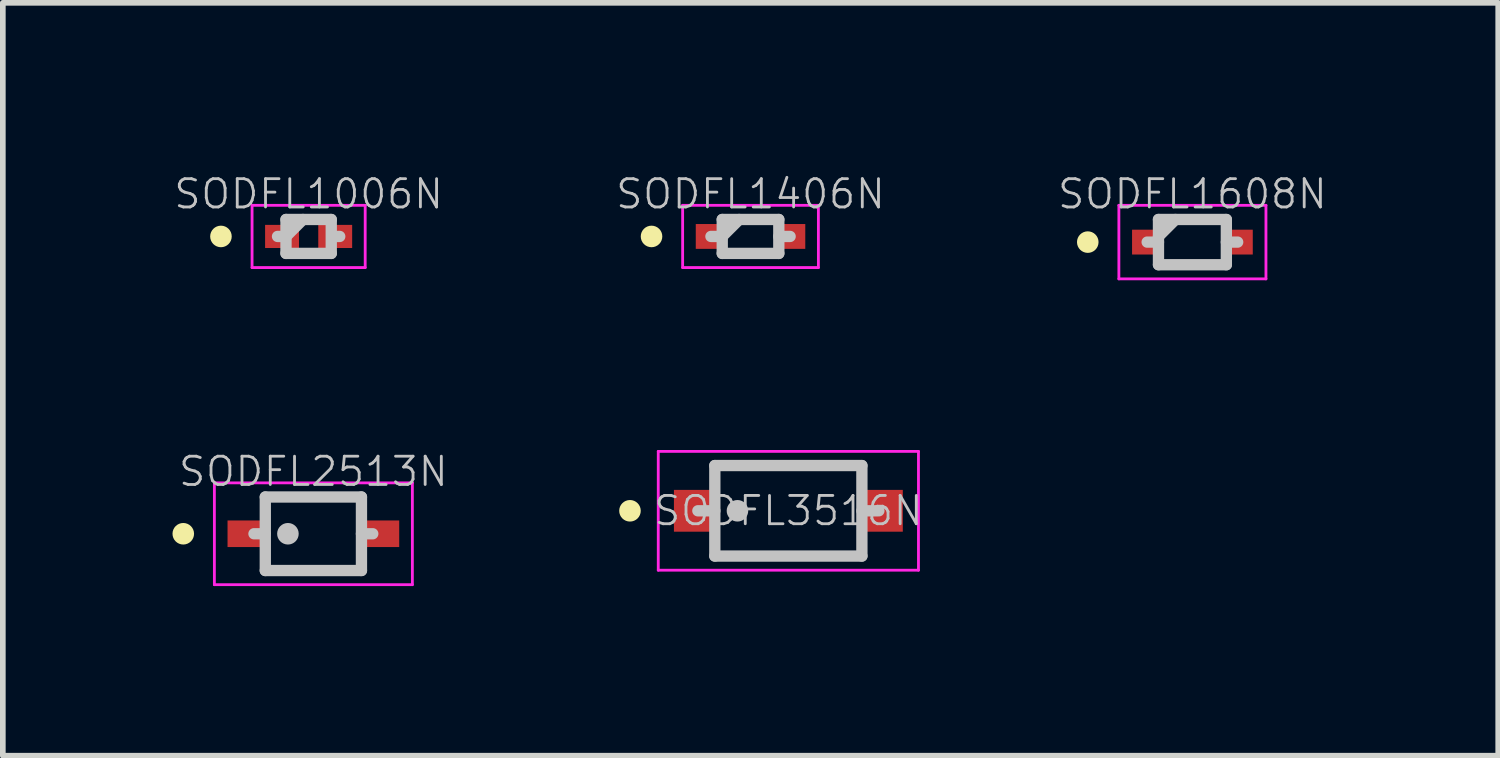
<source format=kicad_pcb>
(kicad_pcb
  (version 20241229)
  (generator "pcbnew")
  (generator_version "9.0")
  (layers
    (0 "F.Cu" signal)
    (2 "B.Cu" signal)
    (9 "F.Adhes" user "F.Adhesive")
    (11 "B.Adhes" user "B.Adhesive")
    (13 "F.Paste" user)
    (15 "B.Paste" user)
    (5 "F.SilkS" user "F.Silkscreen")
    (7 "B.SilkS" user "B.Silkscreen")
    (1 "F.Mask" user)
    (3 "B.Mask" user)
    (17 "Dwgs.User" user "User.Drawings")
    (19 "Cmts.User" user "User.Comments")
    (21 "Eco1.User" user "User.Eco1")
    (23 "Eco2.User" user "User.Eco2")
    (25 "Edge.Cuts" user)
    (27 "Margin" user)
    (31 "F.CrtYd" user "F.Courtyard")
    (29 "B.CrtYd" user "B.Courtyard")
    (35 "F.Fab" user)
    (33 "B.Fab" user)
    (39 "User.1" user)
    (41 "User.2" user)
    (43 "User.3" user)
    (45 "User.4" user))
  (footprint "SODFL1006N"
    (layer "F.Cu")
    (at 2.406 1.13)
    (property "Reference" "SODFL1006N" (at 0 -0.75 0) (layer "Dwgs.User") (effects (font (size 0.5 0.5) (thickness 0.05))))
    (attr smd)
    (fp_line (start -1.55 0) (end -1.55 0) (stroke (width 0.381) (type solid)) (layer "F.SilkS"))
    (fp_line (start -0.45 0) (end -0.55 0) (stroke (width 0.2) (type solid)) (layer "Dwgs.User"))
    (fp_line (start -0.4 -0.3) (end -0.4 0.3) (stroke (width 0.2) (type solid)) (layer "Dwgs.User"))
    (fp_line (start -0.4 -0.3) (end 0.4 -0.3) (stroke (width 0.2) (type solid)) (layer "Dwgs.User"))
    (fp_line (start -0.4 0) (end -0.1 -0.3) (stroke (width 0.2) (type solid)) (layer "Dwgs.User"))
    (fp_line (start -0.4 0.3) (end 0.4 0.3) (stroke (width 0.2) (type solid)) (layer "Dwgs.User"))
    (fp_line (start 0.4 -0.3) (end 0.4 0.3) (stroke (width 0.2) (type solid)) (layer "Dwgs.User"))
    (fp_line (start 0.55 0) (end 0.45 0) (stroke (width 0.2) (type solid)) (layer "Dwgs.User"))
    (fp_line (start -1 -0.55) (end -1 0.55) (stroke (width 0.05) (type solid)) (layer "F.CrtYd"))
    (fp_line (start -1 -0.55) (end 1 -0.55) (stroke (width 0.05) (type solid)) (layer "F.CrtYd"))
    (fp_line (start -1 0.55) (end 1 0.55) (stroke (width 0.05) (type solid)) (layer "F.CrtYd"))
    (fp_line (start 1 -0.55) (end 1 0.55) (stroke (width 0.05) (type solid)) (layer "F.CrtYd"))
    (pad "1" smd rect (at -0.47 0 90) (size 0.409 0.599) (layers "F.Cu" "F.Mask" "F.Paste"))
    (pad "2" smd rect (at 0.47 0 270) (size 0.409 0.599) (layers "F.Cu" "F.Mask" "F.Paste")))
  (footprint "SODFL1608N"
    (layer "F.Cu")
    (at 18.03 1.23)
    (property "Reference" "SODFL1608N" (at 0 -0.85 0) (layer "Dwgs.User") (effects (font (size 0.5 0.5) (thickness 0.05))))
    (attr smd)
    (fp_line (start -1.85 0) (end -1.85 0) (stroke (width 0.381) (type solid)) (layer "F.SilkS"))
    (fp_line (start -0.6 -0.4) (end -0.6 0.4) (stroke (width 0.2) (type solid)) (layer "Dwgs.User"))
    (fp_line (start -0.6 -0.4) (end 0.6 -0.4) (stroke (width 0.2) (type solid)) (layer "Dwgs.User"))
    (fp_line (start -0.6 -0.1) (end -0.3 -0.4) (stroke (width 0.2) (type solid)) (layer "Dwgs.User"))
    (fp_line (start -0.6 0) (end -0.8 0) (stroke (width 0.2) (type solid)) (layer "Dwgs.User"))
    (fp_line (start -0.6 0.4) (end 0.6 0.4) (stroke (width 0.2) (type solid)) (layer "Dwgs.User"))
    (fp_line (start 0.6 -0.4) (end 0.6 0.4) (stroke (width 0.2) (type solid)) (layer "Dwgs.User"))
    (fp_line (start 0.8 0) (end 0.6 0) (stroke (width 0.2) (type solid)) (layer "Dwgs.User"))
    (fp_line (start -1.3 -0.65) (end -1.3 0.65) (stroke (width 0.05) (type solid)) (layer "F.CrtYd"))
    (fp_line (start -1.3 -0.65) (end 1.3 -0.65) (stroke (width 0.05) (type solid)) (layer "F.CrtYd"))
    (fp_line (start -1.3 0.65) (end 1.3 0.65) (stroke (width 0.05) (type solid)) (layer "F.CrtYd"))
    (fp_line (start 1.3 -0.65) (end 1.3 0.65) (stroke (width 0.05) (type solid)) (layer "F.CrtYd"))
    (pad "1" smd rect (at -0.798 0 90) (size 0.439 0.538) (layers "F.Cu" "F.Mask" "F.Paste"))
    (pad "2" smd rect (at 0.798 0 270) (size 0.439 0.538) (layers "F.Cu" "F.Mask" "F.Paste")))
  (footprint "SODFL3516N"
    (layer "F.Cu")
    (at 10.887 5.98)
    (property "Reference" "SODFL3516N" (at 0 0 0) (layer "Dwgs.User") (effects (font (size 0.5 0.5) (thickness 0.05))))
    (attr smd)
    (fp_line (start -2.8 0) (end -2.8 0) (stroke (width 0.381) (type solid)) (layer "F.SilkS"))
    (fp_line (start -1.3 -0.8) (end -1.3 0.8) (stroke (width 0.2) (type solid)) (layer "Dwgs.User"))
    (fp_line (start -1.3 -0.8) (end 1.3 -0.8) (stroke (width 0.2) (type solid)) (layer "Dwgs.User"))
    (fp_line (start -1.3 0) (end -1.6 0) (stroke (width 0.2) (type solid)) (layer "Dwgs.User"))
    (fp_line (start -1.3 0.8) (end 1.3 0.8) (stroke (width 0.2) (type solid)) (layer "Dwgs.User"))
    (fp_line (start -0.9 0) (end -0.9 0) (stroke (width 0.381) (type solid)) (layer "Dwgs.User"))
    (fp_line (start 1.3 -0.8) (end 1.3 0.8) (stroke (width 0.2) (type solid)) (layer "Dwgs.User"))
    (fp_line (start 1.6 0) (end 1.3 0) (stroke (width 0.2) (type solid)) (layer "Dwgs.User"))
    (fp_line (start -2.3 -1.05) (end -2.3 1.05) (stroke (width 0.05) (type solid)) (layer "F.CrtYd"))
    (fp_line (start -2.3 -1.05) (end 2.3 -1.05) (stroke (width 0.05) (type solid)) (layer "F.CrtYd"))
    (fp_line (start -2.3 1.05) (end 2.3 1.05) (stroke (width 0.05) (type solid)) (layer "F.CrtYd"))
    (fp_line (start 2.3 -1.05) (end 2.3 1.05) (stroke (width 0.05) (type solid)) (layer "F.CrtYd"))
    (pad "1" smd rect (at -1.628 0 90) (size 0.739 0.79) (layers "F.Cu" "F.Mask" "F.Paste"))
    (pad "2" smd rect (at 1.628 0 270) (size 0.739 0.79) (layers "F.Cu" "F.Mask" "F.Paste")))
  (footprint "SODFL1406N"
    (layer "F.Cu")
    (at 10.218 1.13)
    (property "Reference" "SODFL1406N" (at 0 -0.75 0) (layer "Dwgs.User") (effects (font (size 0.5 0.5) (thickness 0.05))))
    (attr smd)
    (fp_line (start -1.75 0) (end -1.75 0) (stroke (width 0.381) (type solid)) (layer "F.SilkS"))
    (fp_line (start -0.5 -0.3) (end -0.5 0.3) (stroke (width 0.2) (type solid)) (layer "Dwgs.User"))
    (fp_line (start -0.5 -0.3) (end 0.5 -0.3) (stroke (width 0.2) (type solid)) (layer "Dwgs.User"))
    (fp_line (start -0.5 0) (end -0.7 0) (stroke (width 0.2) (type solid)) (layer "Dwgs.User"))
    (fp_line (start -0.5 0) (end -0.2 -0.3) (stroke (width 0.2) (type solid)) (layer "Dwgs.User"))
    (fp_line (start -0.5 0.3) (end 0.5 0.3) (stroke (width 0.2) (type solid)) (layer "Dwgs.User"))
    (fp_line (start 0.5 -0.3) (end 0.5 0.3) (stroke (width 0.2) (type solid)) (layer "Dwgs.User"))
    (fp_line (start 0.7 0) (end 0.5 0) (stroke (width 0.2) (type solid)) (layer "Dwgs.User"))
    (fp_line (start -1.2 -0.55) (end -1.2 0.55) (stroke (width 0.05) (type solid)) (layer "F.CrtYd"))
    (fp_line (start -1.2 -0.55) (end 1.2 -0.55) (stroke (width 0.05) (type solid)) (layer "F.CrtYd"))
    (fp_line (start -1.2 0.55) (end 1.2 0.55) (stroke (width 0.05) (type solid)) (layer "F.CrtYd"))
    (fp_line (start 1.2 -0.55) (end 1.2 0.55) (stroke (width 0.05) (type solid)) (layer "F.CrtYd"))
    (pad "1" smd rect (at -0.699 0 90) (size 0.439 0.538) (layers "F.Cu" "F.Mask" "F.Paste"))
    (pad "2" smd rect (at 0.699 0 270) (size 0.439 0.538) (layers "F.Cu" "F.Mask" "F.Paste")))
  (footprint "SODFL2513N"
    (layer "F.Cu")
    (at 2.49 6.386)
    (property "Reference" "SODFL2513N" (at 0 -1.1 0) (layer "Dwgs.User") (effects (font (size 0.5 0.5) (thickness 0.05))))
    (attr smd)
    (fp_line (start -2.3 0) (end -2.3 0) (stroke (width 0.381) (type solid)) (layer "F.SilkS"))
    (fp_line (start -0.85 -0.65) (end -0.85 0.65) (stroke (width 0.2) (type solid)) (layer "Dwgs.User"))
    (fp_line (start -0.85 -0.65) (end 0.85 -0.65) (stroke (width 0.2) (type solid)) (layer "Dwgs.User"))
    (fp_line (start -0.85 0) (end -1.05 0) (stroke (width 0.2) (type solid)) (layer "Dwgs.User"))
    (fp_line (start -0.85 0.65) (end 0.85 0.65) (stroke (width 0.2) (type solid)) (layer "Dwgs.User"))
    (fp_line (start -0.45 0) (end -0.45 0) (stroke (width 0.381) (type solid)) (layer "Dwgs.User"))
    (fp_line (start 0.85 -0.65) (end 0.85 0.65) (stroke (width 0.2) (type solid)) (layer "Dwgs.User"))
    (fp_line (start 1.05 0) (end 0.85 0) (stroke (width 0.2) (type solid)) (layer "Dwgs.User"))
    (fp_line (start -1.75 -0.9) (end -1.75 0.9) (stroke (width 0.05) (type solid)) (layer "F.CrtYd"))
    (fp_line (start -1.75 -0.9) (end 1.75 -0.9) (stroke (width 0.05) (type solid)) (layer "F.CrtYd"))
    (fp_line (start -1.75 0.9) (end 1.75 0.9) (stroke (width 0.05) (type solid)) (layer "F.CrtYd"))
    (fp_line (start 1.75 -0.9) (end 1.75 0.9) (stroke (width 0.05) (type solid)) (layer "F.CrtYd"))
    (pad "1" smd rect (at -1.148 0 90) (size 0.47 0.739) (layers "F.Cu" "F.Mask" "F.Paste"))
    (pad "2" smd rect (at 1.148 0 270) (size 0.47 0.739) (layers "F.Cu" "F.Mask" "F.Paste")))
  (gr_rect
    (start -3 -3)
    (end 23.436 10.31)
    (stroke (width 0.1) (type default))
    (fill no)
    (layer "Edge.Cuts")))
</source>
